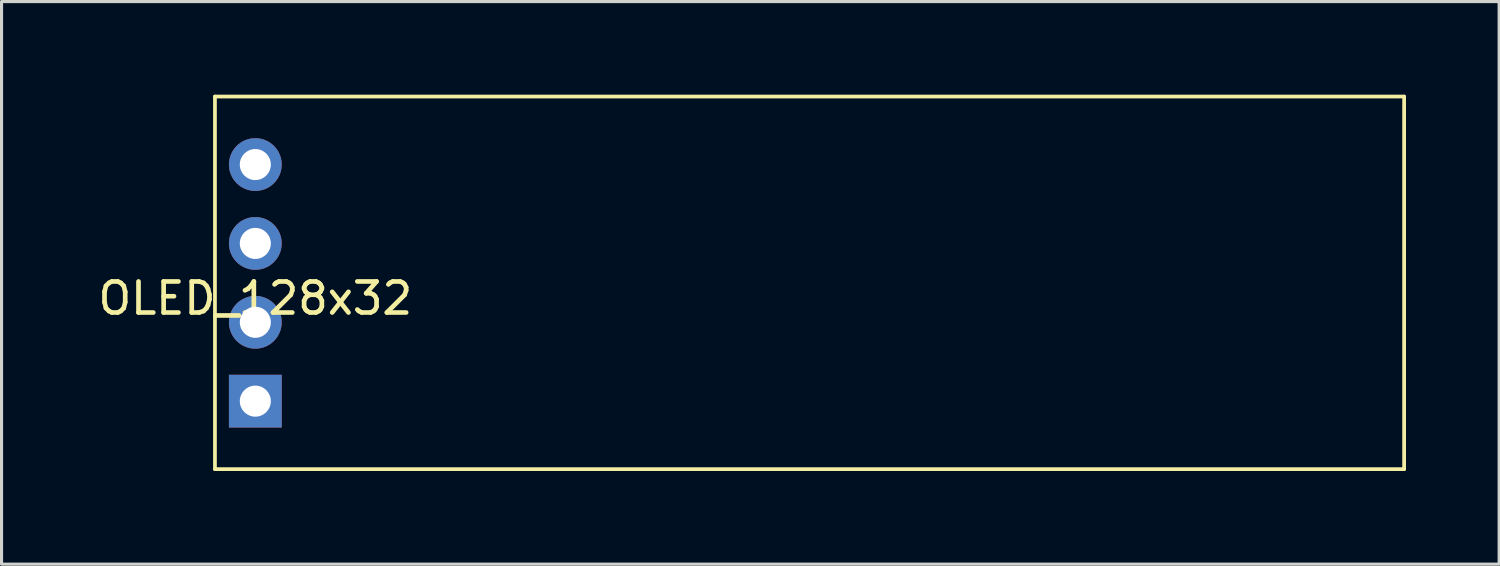
<source format=kicad_pcb>
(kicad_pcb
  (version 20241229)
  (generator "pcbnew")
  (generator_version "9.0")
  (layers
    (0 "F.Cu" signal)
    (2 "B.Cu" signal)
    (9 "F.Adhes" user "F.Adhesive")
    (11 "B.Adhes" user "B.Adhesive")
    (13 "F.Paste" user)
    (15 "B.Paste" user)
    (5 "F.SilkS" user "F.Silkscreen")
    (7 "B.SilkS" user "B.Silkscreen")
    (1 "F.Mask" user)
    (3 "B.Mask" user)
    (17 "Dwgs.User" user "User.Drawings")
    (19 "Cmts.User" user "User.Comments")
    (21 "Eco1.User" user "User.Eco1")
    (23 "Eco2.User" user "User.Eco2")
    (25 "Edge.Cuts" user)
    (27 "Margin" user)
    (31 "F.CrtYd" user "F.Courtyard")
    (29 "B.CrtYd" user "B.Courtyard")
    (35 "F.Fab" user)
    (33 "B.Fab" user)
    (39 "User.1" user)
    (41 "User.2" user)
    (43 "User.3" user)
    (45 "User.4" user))
  (footprint "OLED_128x32"
    (layer "F.Cu")
    (at 5.173 6.06)
    (property "Reference" "OLED_128x32" (at 0 0.5 0) (layer "F.SilkS") (effects (font (size 1 1) (thickness 0.15))))
    (attr through_hole)
    (fp_line (start -1.3 -6) (end 37 -6) (stroke (width 0.12) (type solid)) (layer "F.SilkS"))
    (fp_line (start -1.3 6) (end -1.3 -6) (stroke (width 0.12) (type solid)) (layer "F.SilkS"))
    (fp_line (start 37 -6) (end 37 6) (stroke (width 0.12) (type solid)) (layer "F.SilkS"))
    (fp_line (start 37 6) (end -1.3 6) (stroke (width 0.12) (type solid)) (layer "F.SilkS"))
    (pad "1" thru_hole rect (at 0 3.81) (size 1.7 1.7) (drill 1) (layers "*.Cu" "*.Mask"))
    (pad "2" thru_hole circle (at 0 1.27) (size 1.7 1.7) (drill 1) (layers "*.Cu" "*.Mask"))
    (pad "3" thru_hole circle (at 0 -1.27) (size 1.7 1.7) (drill 1) (layers "*.Cu" "*.Mask"))
    (pad "4" thru_hole circle (at 0 -3.81) (size 1.7 1.7) (drill 1) (layers "*.Cu" "*.Mask")))
  (gr_rect
    (start -3 -3)
    (end 45.233 15.12)
    (stroke (width 0.1) (type default))
    (fill no)
    (layer "Edge.Cuts")))
</source>
